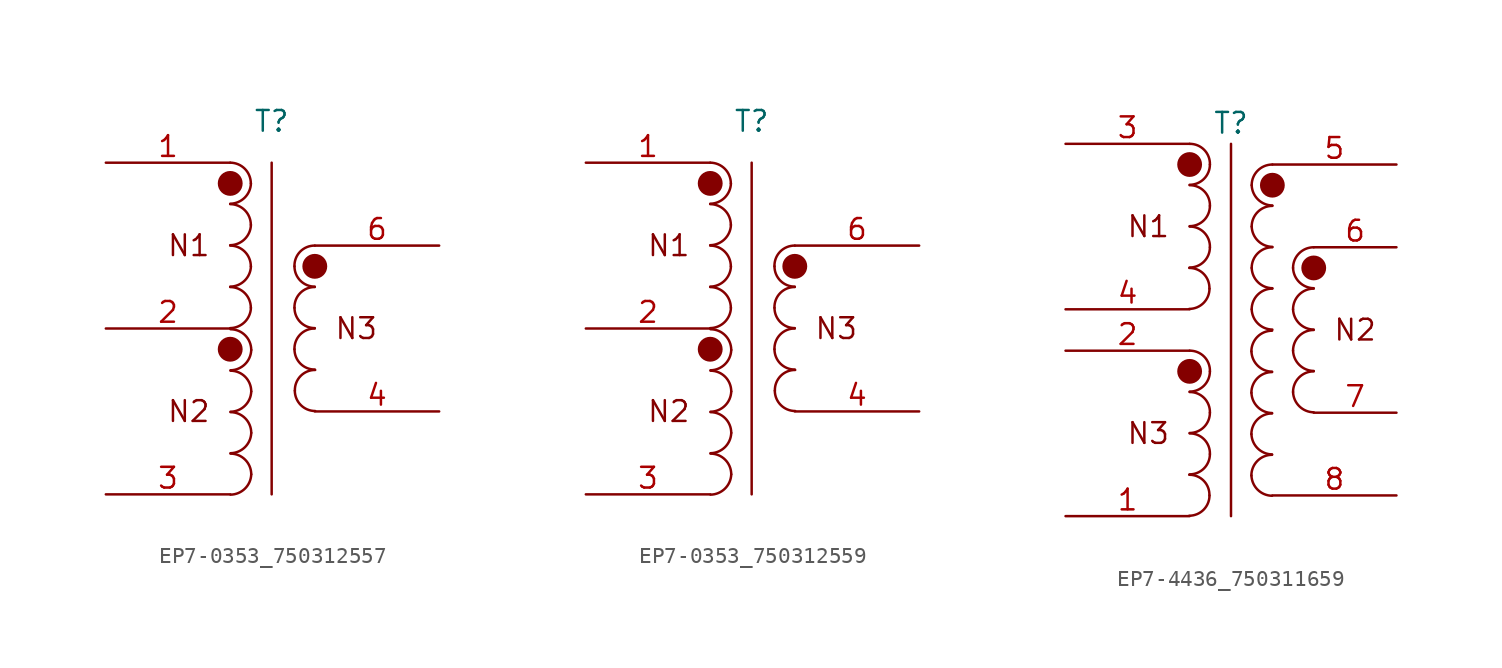
<source format=kicad_sym>
(kicad_symbol_lib
  (version 20220914)
  (generator kicad_symbol_editor)
  (symbol "EP7-0353_750312557"
    (pin_names hide)
    (property "Reference" "T"
      (at 0 12.7 0)
      (effects (font (size 1.27 1.27))))
    (property "Critical Parameter" ""
      (at 0 -5.08 0)
      (effects (font (size 1.27 1.27))))
    (symbol "EP7-0353_750312557_0_1"
      (arc (start -2.54 0.0254) (mid -1.6561 0.3937) (end -1.27 1.27) (stroke (width 0) (type default)) (fill (type none)))
      (arc (start -2.54 2.5654) (mid -1.6561 2.9337) (end -1.27 3.81) (stroke (width 0) (type default)) (fill (type none)))
      (arc (start -2.54 5.1054) (mid -1.6561 5.4737) (end -1.27 6.35) (stroke (width 0) (type default)) (fill (type none)))
      (arc (start -2.54 7.6454) (mid -1.6561 8.0137) (end -1.27 8.89) (stroke (width 0) (type default)) (fill (type none)))
      (arc (start -2.5215 -10.1791) (mid -1.6376 -9.8108) (end -1.2515 -8.9345) (stroke (width 0) (type default)) (fill (type none)))
      (arc (start -2.5215 -7.6391) (mid -1.6376 -7.2708) (end -1.2515 -6.3945) (stroke (width 0) (type default)) (fill (type none)))
      (arc (start -2.5215 -5.0991) (mid -1.6376 -4.7308) (end -1.2515 -3.8545) (stroke (width 0) (type default)) (fill (type none)))
      (arc (start -2.5215 -2.5591) (mid -1.6376 -2.1908) (end -1.2515 -1.3145) (stroke (width 0) (type default)) (fill (type none)))
      (arc (start -1.27 1.27) (mid -1.642 2.168) (end -2.54 2.54) (stroke (width 0) (type default)) (fill (type none)))
      (arc (start -1.27 3.81) (mid -1.642 4.708) (end -2.54 5.08) (stroke (width 0) (type default)) (fill (type none)))
      (arc (start -1.27 6.35) (mid -1.642 7.248) (end -2.54 7.62) (stroke (width 0) (type default)) (fill (type none)))
      (arc (start -1.27 8.89) (mid -1.642 9.788) (end -2.54 10.16) (stroke (width 0) (type default)) (fill (type none)))
      (arc (start -1.2515 -8.9345) (mid -1.6235 -8.0365) (end -2.5215 -7.6645) (stroke (width 0) (type default)) (fill (type none)))
      (arc (start -1.2515 -6.3945) (mid -1.6235 -5.4965) (end -2.5215 -5.1245) (stroke (width 0) (type default)) (fill (type none)))
      (arc (start -1.2515 -3.8545) (mid -1.6235 -2.9565) (end -2.5215 -2.5845) (stroke (width 0) (type default)) (fill (type none)))
      (arc (start -1.2515 -1.3145) (mid -1.6235 -0.4165) (end -2.5215 -0.0445) (stroke (width 0) (type default)) (fill (type none)))
      (polyline (pts (xy 0 10.16) (xy 0 -10.16)) (stroke (width 0) (type default)) (fill (type none)))
      (arc (start 1.397 -1.27) (mid 1.7615 -2.1501) (end 2.6416 -2.5146) (stroke (width 0) (type default)) (fill (type none)))
      (arc (start 1.397 1.27) (mid 1.7615 0.3899) (end 2.6416 0.0254) (stroke (width 0) (type default)) (fill (type none)))
      (arc (start 1.397 3.81) (mid 1.7615 2.9299) (end 2.6416 2.5654) (stroke (width 0) (type default)) (fill (type none)))
      (arc (start 1.4224 -3.81) (mid 1.787 -4.6899) (end 2.667 -5.0546) (stroke (width 0) (type default)) (fill (type none)))
      (arc (start 2.6416 0) (mid 1.7474 -0.3685) (end 1.397 -1.27) (stroke (width 0) (type default)) (fill (type none)))
      (arc (start 2.6416 2.54) (mid 1.7474 2.1715) (end 1.397 1.27) (stroke (width 0) (type default)) (fill (type none)))
      (arc (start 2.6416 5.08) (mid 1.7474 4.7115) (end 1.397 3.81) (stroke (width 0) (type default)) (fill (type none)))
      (arc (start 2.667 -2.54) (mid 1.7725 -2.9083) (end 1.4224 -3.81) (stroke (width 0) (type default)) (fill (type none))))
    (symbol "EP7-0353_750312557_1_1"
      (circle (center -2.54 -1.27) (radius 0.0001) (stroke (width 0.762) (type default)) (fill (type none)))
      (circle (center -2.54 8.89) (radius 0.0001) (stroke (width 0.762) (type default)) (fill (type none)))
      (circle (center 2.642 3.81) (radius 0.0001) (stroke (width 0.762) (type default)) (fill (type none)))
      (text "N1" (at -5.08 5.08 0) (effects (font (size 1.27 1.27))))
      (text "N2" (at -5.08 -5.08 0) (effects (font (size 1.27 1.27))))
      (text "N3" (at 5.182 0 0) (effects (font (size 1.27 1.27))))
      (pin passive line (at -10.16 10.16 0) (length 7.62) (name "1" (effects (font (size 1.27 1.27)))) (number "1" (effects (font (size 1.27 1.27)))))
      (pin passive line (at -10.16 0 0) (length 7.62) (name "2" (effects (font (size 1.27 1.27)))) (number "2" (effects (font (size 1.27 1.27)))))
      (pin passive line (at -10.16 -10.16 0) (length 7.62) (name "3" (effects (font (size 1.27 1.27)))) (number "3" (effects (font (size 1.27 1.27)))))
      (pin passive line (at 10.262 -5.08 180) (length 7.62) (name "4" (effects (font (size 1.27 1.27)))) (number "4" (effects (font (size 1.27 1.27)))))
      (pin passive line (at 10.262 5.08 180) (length 7.62) (name "6" (effects (font (size 1.27 1.27)))) (number "6" (effects (font (size 1.27 1.27)))))))
  (symbol "EP7-0353_750312559"
    (pin_names hide)
    (property "Reference" "T"
      (at 0 12.7 0)
      (effects (font (size 1.27 1.27))))
    (property "Critical Parameter" ""
      (at 0 -5.08 0)
      (effects (font (size 1.27 1.27))))
    (symbol "EP7-0353_750312559_0_1"
      (arc (start -2.54 0.0254) (mid -1.6561 0.3937) (end -1.27 1.27) (stroke (width 0) (type default)) (fill (type none)))
      (arc (start -2.54 2.5654) (mid -1.6561 2.9337) (end -1.27 3.81) (stroke (width 0) (type default)) (fill (type none)))
      (arc (start -2.54 5.1054) (mid -1.6561 5.4737) (end -1.27 6.35) (stroke (width 0) (type default)) (fill (type none)))
      (arc (start -2.54 7.6454) (mid -1.6561 8.0137) (end -1.27 8.89) (stroke (width 0) (type default)) (fill (type none)))
      (arc (start -2.5215 -10.1791) (mid -1.6376 -9.8108) (end -1.2515 -8.9345) (stroke (width 0) (type default)) (fill (type none)))
      (arc (start -2.5215 -7.6391) (mid -1.6376 -7.2708) (end -1.2515 -6.3945) (stroke (width 0) (type default)) (fill (type none)))
      (arc (start -2.5215 -5.0991) (mid -1.6376 -4.7308) (end -1.2515 -3.8545) (stroke (width 0) (type default)) (fill (type none)))
      (arc (start -2.5215 -2.5591) (mid -1.6376 -2.1908) (end -1.2515 -1.3145) (stroke (width 0) (type default)) (fill (type none)))
      (arc (start -1.27 1.27) (mid -1.642 2.168) (end -2.54 2.54) (stroke (width 0) (type default)) (fill (type none)))
      (arc (start -1.27 3.81) (mid -1.642 4.708) (end -2.54 5.08) (stroke (width 0) (type default)) (fill (type none)))
      (arc (start -1.27 6.35) (mid -1.642 7.248) (end -2.54 7.62) (stroke (width 0) (type default)) (fill (type none)))
      (arc (start -1.27 8.89) (mid -1.642 9.788) (end -2.54 10.16) (stroke (width 0) (type default)) (fill (type none)))
      (arc (start -1.2515 -8.9345) (mid -1.6235 -8.0365) (end -2.5215 -7.6645) (stroke (width 0) (type default)) (fill (type none)))
      (arc (start -1.2515 -6.3945) (mid -1.6235 -5.4965) (end -2.5215 -5.1245) (stroke (width 0) (type default)) (fill (type none)))
      (arc (start -1.2515 -3.8545) (mid -1.6235 -2.9565) (end -2.5215 -2.5845) (stroke (width 0) (type default)) (fill (type none)))
      (arc (start -1.2515 -1.3145) (mid -1.6235 -0.4165) (end -2.5215 -0.0445) (stroke (width 0) (type default)) (fill (type none)))
      (polyline (pts (xy 0 10.16) (xy 0 -10.16)) (stroke (width 0) (type default)) (fill (type none)))
      (arc (start 1.397 -1.27) (mid 1.7615 -2.1501) (end 2.6416 -2.5146) (stroke (width 0) (type default)) (fill (type none)))
      (arc (start 1.397 1.27) (mid 1.7615 0.3899) (end 2.6416 0.0254) (stroke (width 0) (type default)) (fill (type none)))
      (arc (start 1.397 3.81) (mid 1.7615 2.9299) (end 2.6416 2.5654) (stroke (width 0) (type default)) (fill (type none)))
      (arc (start 1.4224 -3.81) (mid 1.787 -4.6899) (end 2.667 -5.0546) (stroke (width 0) (type default)) (fill (type none)))
      (arc (start 2.6416 0) (mid 1.7474 -0.3685) (end 1.397 -1.27) (stroke (width 0) (type default)) (fill (type none)))
      (arc (start 2.6416 2.54) (mid 1.7474 2.1715) (end 1.397 1.27) (stroke (width 0) (type default)) (fill (type none)))
      (arc (start 2.6416 5.08) (mid 1.7474 4.7115) (end 1.397 3.81) (stroke (width 0) (type default)) (fill (type none)))
      (arc (start 2.667 -2.54) (mid 1.7725 -2.9083) (end 1.4224 -3.81) (stroke (width 0) (type default)) (fill (type none))))
    (symbol "EP7-0353_750312559_1_1"
      (circle (center -2.54 -1.27) (radius 0.0001) (stroke (width 0.762) (type default)) (fill (type none)))
      (circle (center -2.54 8.89) (radius 0.0001) (stroke (width 0.762) (type default)) (fill (type none)))
      (circle (center 2.642 3.81) (radius 0.0001) (stroke (width 0.762) (type default)) (fill (type none)))
      (text "N1" (at -5.08 5.08 0) (effects (font (size 1.27 1.27))))
      (text "N2" (at -5.08 -5.08 0) (effects (font (size 1.27 1.27))))
      (text "N3" (at 5.182 0 0) (effects (font (size 1.27 1.27))))
      (pin passive line (at -10.16 10.16 0) (length 7.62) (name "1" (effects (font (size 1.27 1.27)))) (number "1" (effects (font (size 1.27 1.27)))))
      (pin passive line (at -10.16 0 0) (length 7.62) (name "2" (effects (font (size 1.27 1.27)))) (number "2" (effects (font (size 1.27 1.27)))))
      (pin passive line (at -10.16 -10.16 0) (length 7.62) (name "3" (effects (font (size 1.27 1.27)))) (number "3" (effects (font (size 1.27 1.27)))))
      (pin passive line (at 10.262 -5.08 180) (length 7.62) (name "4" (effects (font (size 1.27 1.27)))) (number "4" (effects (font (size 1.27 1.27)))))
      (pin passive line (at 10.262 5.08 180) (length 7.62) (name "6" (effects (font (size 1.27 1.27)))) (number "6" (effects (font (size 1.27 1.27)))))))
  (symbol "EP7-4436_750311659"
    (pin_names hide)
    (property "Reference" "T"
      (at 0 12.7 0)
      (effects (font (size 1.27 1.27))))
    (property "Critical Parameter" ""
      (at 0 -5.08 0)
      (effects (font (size 1.27 1.27))))
    (symbol "EP7-4436_750311659_0_1"
      (arc (start -2.5654 -11.4046) (mid -1.6855 -11.0399) (end -1.3208 -10.16) (stroke (width 0) (type default)) (fill (type none)))
      (arc (start -2.5654 1.2954) (mid -1.6855 1.6601) (end -1.3208 2.54) (stroke (width 0) (type default)) (fill (type none)))
      (arc (start -2.54 -8.8646) (mid -1.6596 -8.5004) (end -1.2954 -7.62) (stroke (width 0) (type default)) (fill (type none)))
      (arc (start -2.54 -6.3246) (mid -1.6596 -5.9604) (end -1.2954 -5.08) (stroke (width 0) (type default)) (fill (type none)))
      (arc (start -2.54 -3.7846) (mid -1.6596 -3.4204) (end -1.2954 -2.54) (stroke (width 0) (type default)) (fill (type none)))
      (arc (start -2.54 3.8354) (mid -1.6596 4.1996) (end -1.2954 5.08) (stroke (width 0) (type default)) (fill (type none)))
      (arc (start -2.54 6.3754) (mid -1.6596 6.7396) (end -1.2954 7.62) (stroke (width 0) (type default)) (fill (type none)))
      (arc (start -2.54 8.9154) (mid -1.6596 9.2796) (end -1.2954 10.16) (stroke (width 0) (type default)) (fill (type none)))
      (arc (start -1.3208 -10.16) (mid -1.6712 -9.2586) (end -2.5654 -8.89) (stroke (width 0) (type default)) (fill (type none)))
      (arc (start -1.3208 2.54) (mid -1.6712 3.4414) (end -2.5654 3.81) (stroke (width 0) (type default)) (fill (type none)))
      (arc (start -1.2954 -7.62) (mid -1.6455 -6.7183) (end -2.54 -6.35) (stroke (width 0) (type default)) (fill (type none)))
      (arc (start -1.2954 -5.08) (mid -1.6455 -4.1783) (end -2.54 -3.81) (stroke (width 0) (type default)) (fill (type none)))
      (arc (start -1.2954 -2.54) (mid -1.6455 -1.6383) (end -2.54 -1.27) (stroke (width 0) (type default)) (fill (type none)))
      (arc (start -1.2954 5.08) (mid -1.6455 5.9817) (end -2.54 6.35) (stroke (width 0) (type default)) (fill (type none)))
      (arc (start -1.2954 7.62) (mid -1.6455 8.5217) (end -2.54 8.89) (stroke (width 0) (type default)) (fill (type none)))
      (arc (start -1.2954 10.16) (mid -1.6455 11.0617) (end -2.54 11.43) (stroke (width 0) (type default)) (fill (type none)))
      (polyline (pts (xy 0 11.43) (xy 0 -11.43)) (stroke (width 0) (type default)) (fill (type none)))
      (arc (start 1.2515 -8.9345) (mid 1.6376 -9.8108) (end 2.5215 -10.1791) (stroke (width 0) (type default)) (fill (type none)))
      (arc (start 1.2515 -6.3945) (mid 1.6376 -7.2708) (end 2.5215 -7.6391) (stroke (width 0) (type default)) (fill (type none)))
      (arc (start 1.2515 -3.8545) (mid 1.6376 -4.7308) (end 2.5215 -5.0991) (stroke (width 0) (type default)) (fill (type none)))
      (arc (start 1.2515 -1.3145) (mid 1.6376 -2.1908) (end 2.5215 -2.5591) (stroke (width 0) (type default)) (fill (type none)))
      (arc (start 1.27 1.27) (mid 1.6561 0.3937) (end 2.54 0.0254) (stroke (width 0) (type default)) (fill (type none)))
      (arc (start 1.27 3.81) (mid 1.6561 2.9337) (end 2.54 2.5654) (stroke (width 0) (type default)) (fill (type none)))
      (arc (start 1.27 6.35) (mid 1.6561 5.4737) (end 2.54 5.1054) (stroke (width 0) (type default)) (fill (type none)))
      (arc (start 1.27 8.89) (mid 1.6561 8.0137) (end 2.54 7.6454) (stroke (width 0) (type default)) (fill (type none)))
      (arc (start 2.5215 -7.6645) (mid 1.6235 -8.0365) (end 1.2515 -8.9345) (stroke (width 0) (type default)) (fill (type none)))
      (arc (start 2.5215 -5.1245) (mid 1.6235 -5.4965) (end 1.2515 -6.3945) (stroke (width 0) (type default)) (fill (type none)))
      (arc (start 2.5215 -2.5845) (mid 1.6235 -2.9565) (end 1.2515 -3.8545) (stroke (width 0) (type default)) (fill (type none)))
      (arc (start 2.5215 -0.0445) (mid 1.6235 -0.4165) (end 1.2515 -1.3145) (stroke (width 0) (type default)) (fill (type none)))
      (arc (start 2.54 2.54) (mid 1.642 2.168) (end 1.27 1.27) (stroke (width 0) (type default)) (fill (type none)))
      (arc (start 2.54 5.08) (mid 1.642 4.708) (end 1.27 3.81) (stroke (width 0) (type default)) (fill (type none)))
      (arc (start 2.54 7.62) (mid 1.642 7.248) (end 1.27 6.35) (stroke (width 0) (type default)) (fill (type none)))
      (arc (start 2.54 10.16) (mid 1.642 9.788) (end 1.27 8.89) (stroke (width 0) (type default)) (fill (type none)))
      (arc (start 3.81 -3.81) (mid 4.1961 -4.6863) (end 5.08 -5.0546) (stroke (width 0) (type default)) (fill (type none)))
      (arc (start 3.81 -1.27) (mid 4.1961 -2.1463) (end 5.08 -2.5146) (stroke (width 0) (type default)) (fill (type none)))
      (arc (start 3.81 1.27) (mid 4.1961 0.3937) (end 5.08 0.0254) (stroke (width 0) (type default)) (fill (type none)))
      (arc (start 3.81 3.81) (mid 4.1961 2.9337) (end 5.08 2.5654) (stroke (width 0) (type default)) (fill (type none)))
      (arc (start 5.08 -2.54) (mid 4.182 -2.912) (end 3.81 -3.81) (stroke (width 0) (type default)) (fill (type none)))
      (arc (start 5.08 0) (mid 4.182 -0.372) (end 3.81 -1.27) (stroke (width 0) (type default)) (fill (type none)))
      (arc (start 5.08 2.54) (mid 4.182 2.168) (end 3.81 1.27) (stroke (width 0) (type default)) (fill (type none)))
      (arc (start 5.08 5.08) (mid 4.182 4.708) (end 3.81 3.81) (stroke (width 0) (type default)) (fill (type none))))
    (symbol "EP7-4436_750311659_1_1"
      (circle (center -2.54 -2.54) (radius 0.0001) (stroke (width 0.762) (type default)) (fill (type none)))
      (circle (center -2.54 10.16) (radius 0.0001) (stroke (width 0.762) (type default)) (fill (type none)))
      (circle (center 2.54 8.89) (radius 0.0001) (stroke (width 0.762) (type default)) (fill (type none)))
      (circle (center 5.08 3.81) (radius 0.0001) (stroke (width 0.762) (type default)) (fill (type none)))
      (text "N1" (at -5.08 6.35 0) (effects (font (size 1.27 1.27))))
      (text "N2" (at 7.62 0 0) (effects (font (size 1.27 1.27))))
      (text "N3" (at -5.08 -6.35 0) (effects (font (size 1.27 1.27))))
      (pin passive line (at -10.16 -11.43 0) (length 7.62) (name "1" (effects (font (size 1.27 1.27)))) (number "1" (effects (font (size 1.27 1.27)))))
      (pin passive line (at -10.16 -1.27 0) (length 7.62) (name "2" (effects (font (size 1.27 1.27)))) (number "2" (effects (font (size 1.27 1.27)))))
      (pin passive line (at -10.16 11.43 0) (length 7.62) (name "3" (effects (font (size 1.27 1.27)))) (number "3" (effects (font (size 1.27 1.27)))))
      (pin passive line (at -10.16 1.27 0) (length 7.62) (name "4" (effects (font (size 1.27 1.27)))) (number "4" (effects (font (size 1.27 1.27)))))
      (pin passive line (at 10.16 10.16 180) (length 7.62) (name "5" (effects (font (size 1.27 1.27)))) (number "5" (effects (font (size 1.27 1.27)))))
      (pin passive line (at 10.16 5.08 180) (length 5.08) (name "6" (effects (font (size 1.27 1.27)))) (number "6" (effects (font (size 1.27 1.27)))))
      (pin passive line (at 10.16 -5.08 180) (length 5.08) (name "7" (effects (font (size 1.27 1.27)))) (number "7" (effects (font (size 1.27 1.27)))))
      (pin passive line (at 10.16 -10.16 180) (length 7.62) (name "8" (effects (font (size 1.27 1.27)))) (number "8" (effects (font (size 1.27 1.27))))))))
</source>
